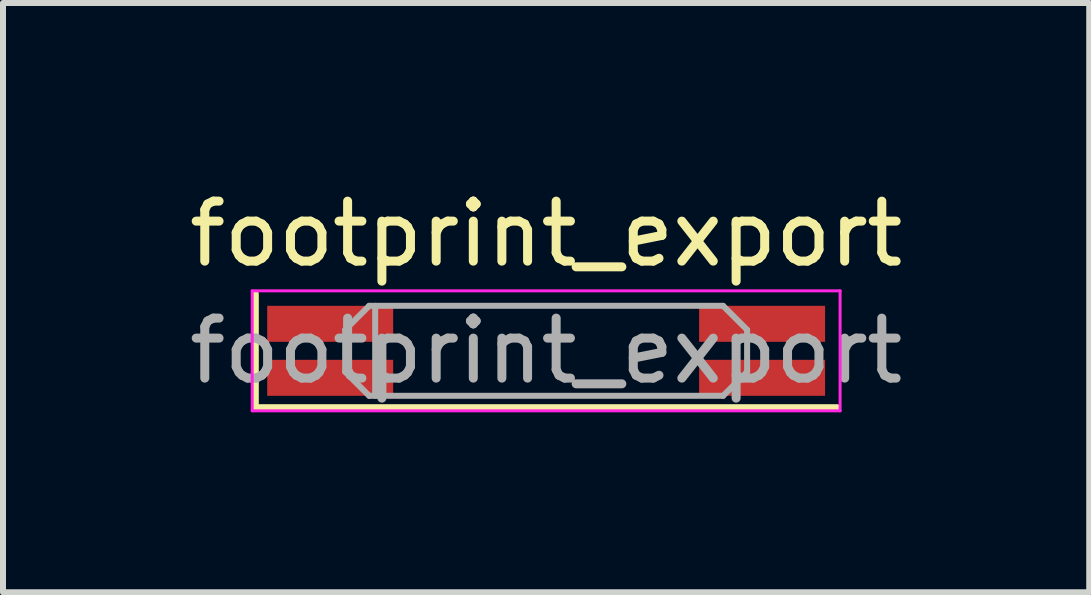
<source format=kicad_pcb>
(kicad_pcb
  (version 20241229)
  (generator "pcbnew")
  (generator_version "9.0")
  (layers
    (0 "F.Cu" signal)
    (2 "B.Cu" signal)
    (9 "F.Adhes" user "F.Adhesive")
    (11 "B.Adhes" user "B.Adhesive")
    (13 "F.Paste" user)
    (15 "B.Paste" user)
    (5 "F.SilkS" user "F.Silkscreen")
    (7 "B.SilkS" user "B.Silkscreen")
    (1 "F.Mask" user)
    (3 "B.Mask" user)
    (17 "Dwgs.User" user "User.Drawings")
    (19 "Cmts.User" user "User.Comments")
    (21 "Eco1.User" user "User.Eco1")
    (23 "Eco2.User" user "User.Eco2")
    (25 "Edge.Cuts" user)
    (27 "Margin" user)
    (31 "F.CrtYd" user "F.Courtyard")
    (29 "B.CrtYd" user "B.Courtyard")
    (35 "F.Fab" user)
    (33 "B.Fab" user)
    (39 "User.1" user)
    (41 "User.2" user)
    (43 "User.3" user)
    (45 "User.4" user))
  (footprint "footprint_export"
    (layer "F.Cu")
    (at 6.054 2.798)
    (property "Reference" "footprint_export" (at 0 -1.95 0) (layer "F.SilkS") (effects (font (size 1 1) (thickness 0.15))))
    (attr smd)
    (fp_line (start -4.85 -0.95) (end -4.85 0.95) (stroke (width 0.12) (type solid)) (layer "F.SilkS"))
    (fp_line (start -4.85 0.95) (end 4.85 0.95) (stroke (width 0.12) (type solid)) (layer "F.SilkS"))
    (fp_line (start -4.9 -1) (end -4.9 1) (stroke (width 0.05) (type solid)) (layer "F.CrtYd"))
    (fp_line (start -4.9 1) (end 4.9 1) (stroke (width 0.05) (type solid)) (layer "F.CrtYd"))
    (fp_line (start 4.9 -1) (end -4.9 -1) (stroke (width 0.05) (type solid)) (layer "F.CrtYd"))
    (fp_line (start 4.9 1) (end 4.9 -1) (stroke (width 0.05) (type solid)) (layer "F.CrtYd"))
    (fp_line (start -3.35 -0.35) (end -2.95 -0.75) (stroke (width 0.1) (type solid)) (layer "F.Fab"))
    (fp_line (start -3.35 0.35) (end -3.35 -0.35) (stroke (width 0.1) (type solid)) (layer "F.Fab"))
    (fp_line (start -2.95 -0.75) (end 2.95 -0.75) (stroke (width 0.1) (type solid)) (layer "F.Fab"))
    (fp_line (start -2.95 0.75) (end -3.35 0.35) (stroke (width 0.1) (type solid)) (layer "F.Fab"))
    (fp_line (start -2.85 -0.75) (end -2.85 0.75) (stroke (width 0.1) (type solid)) (layer "F.Fab"))
    (fp_line (start 2.95 -0.75) (end 3.35 -0.35) (stroke (width 0.1) (type solid)) (layer "F.Fab"))
    (fp_line (start 2.95 0.75) (end -2.95 0.75) (stroke (width 0.1) (type solid)) (layer "F.Fab"))
    (fp_line (start 3.35 -0.35) (end 3.35 0.35) (stroke (width 0.1) (type solid)) (layer "F.Fab"))
    (fp_line (start 3.35 0.35) (end 2.95 0.75) (stroke (width 0.1) (type solid)) (layer "F.Fab"))
    (fp_text user "${REFERENCE}" (at 0 0 0) (layer "F.Fab") (effects (font (size 1 1) (thickness 0.15))))
    (pad "1" smd rect (at -3.6 0.45) (size 2.1 0.6) (layers "F.Cu" "F.Mask" "F.Paste"))
    (pad "2" smd rect (at 3.6 0.45) (size 2.1 0.6) (layers "F.Cu" "F.Mask" "F.Paste"))
    (pad "3" smd rect (at 3.6 -0.45) (size 2.1 0.6) (layers "F.Cu" "F.Mask" "F.Paste"))
    (pad "4" smd rect (at -3.6 -0.45) (size 2.1 0.6) (layers "F.Cu" "F.Mask" "F.Paste")))
  (gr_rect
    (start -3 -3)
    (end 15.107 6.823)
    (stroke (width 0.1) (type default))
    (fill no)
    (layer "Edge.Cuts")))
</source>
